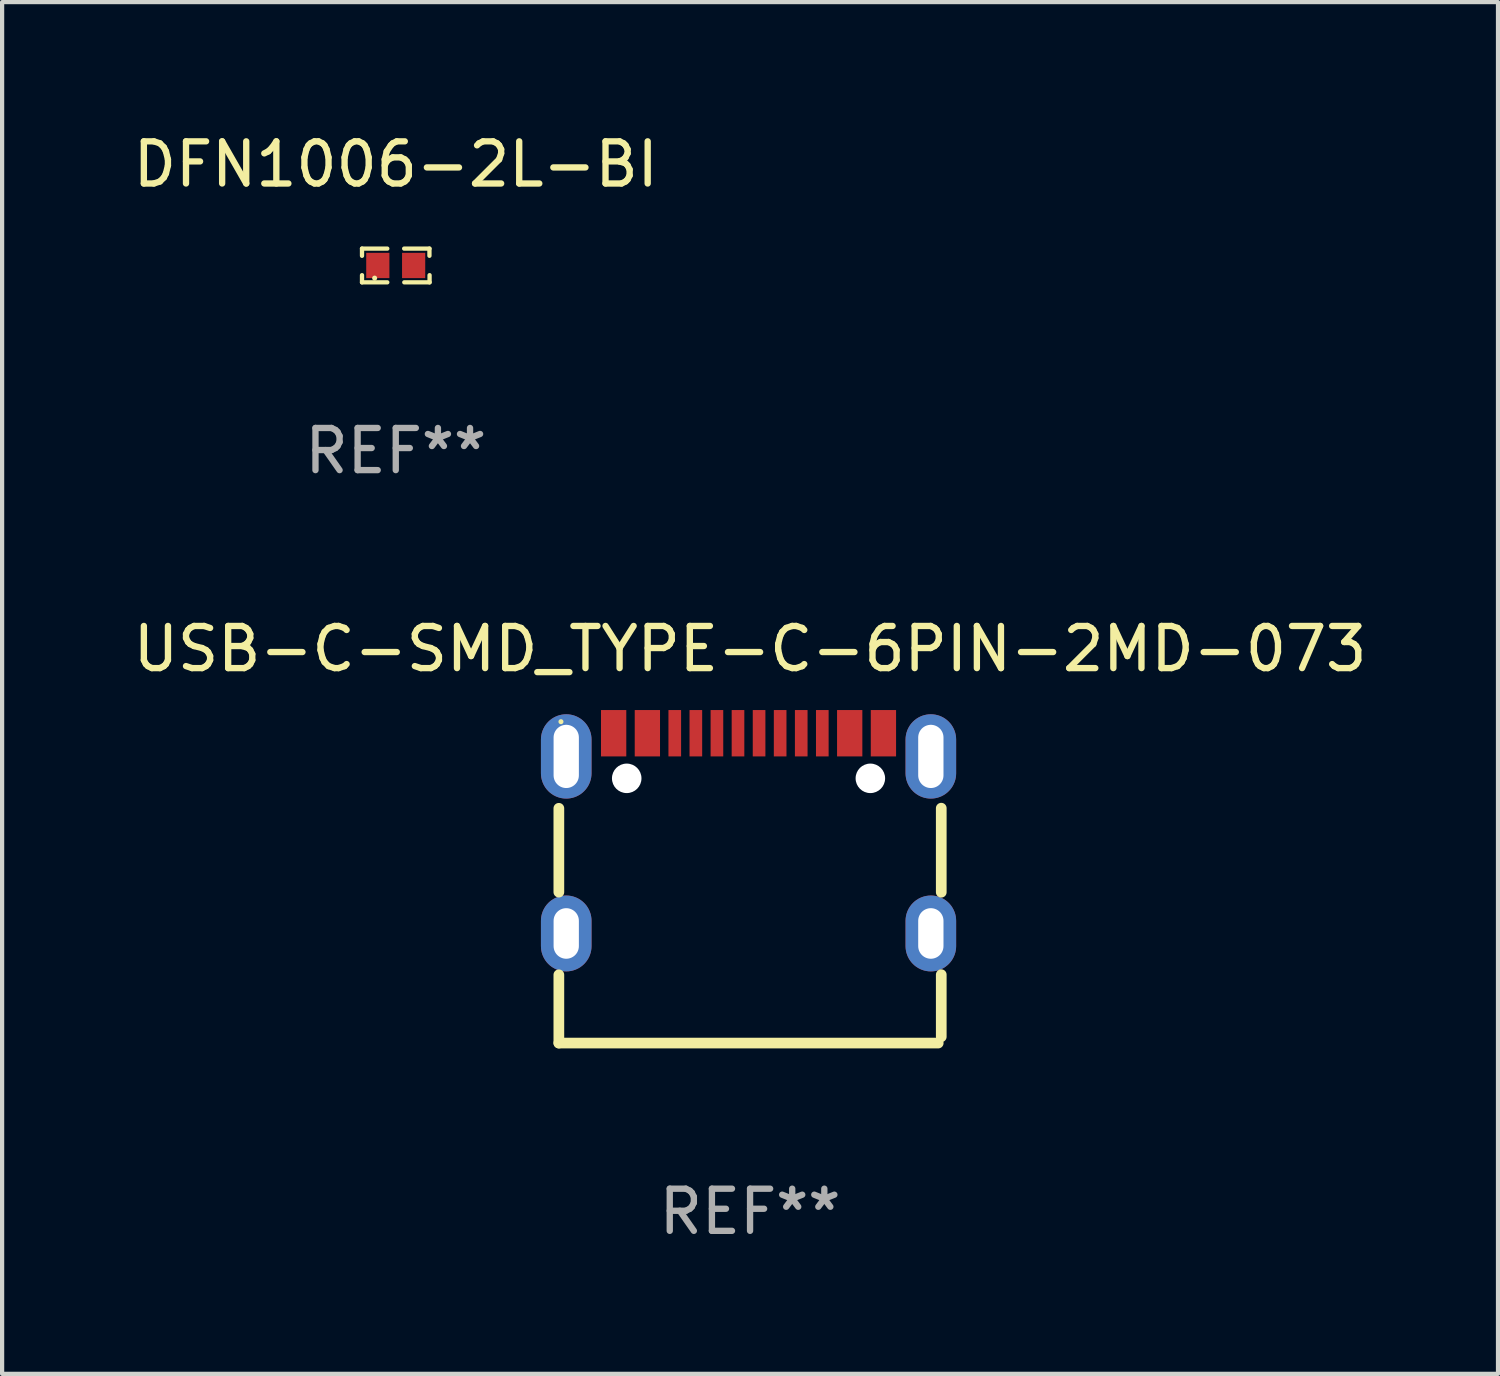
<source format=kicad_pcb>
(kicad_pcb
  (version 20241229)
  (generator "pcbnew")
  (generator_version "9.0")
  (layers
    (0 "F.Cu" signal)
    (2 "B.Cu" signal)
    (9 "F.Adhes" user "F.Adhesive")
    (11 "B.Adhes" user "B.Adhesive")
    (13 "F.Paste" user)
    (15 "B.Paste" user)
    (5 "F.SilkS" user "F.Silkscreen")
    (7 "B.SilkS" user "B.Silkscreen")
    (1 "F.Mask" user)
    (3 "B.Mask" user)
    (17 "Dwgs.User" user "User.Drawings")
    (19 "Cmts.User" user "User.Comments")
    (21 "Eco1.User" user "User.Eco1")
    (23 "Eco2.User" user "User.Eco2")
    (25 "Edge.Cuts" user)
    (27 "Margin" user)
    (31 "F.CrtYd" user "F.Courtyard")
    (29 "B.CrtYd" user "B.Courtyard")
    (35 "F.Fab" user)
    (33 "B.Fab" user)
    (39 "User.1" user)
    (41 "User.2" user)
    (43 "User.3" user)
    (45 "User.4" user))
  (footprint "DFN1006-2L-BI"
    (layer "F.Cu")
    (at 6.338 3.248)
    (property "Reference" "DFN1006-2L-BI" (at 0.001 -2.4 0) (layer "F.SilkS") (effects (font (size 1 1) (thickness 0.15))))
    (attr through_hole)
    (fp_line (start -0.8 -0.4) (end -0.8 -0.229) (stroke (width 0.102) (type solid)) (layer "F.SilkS"))
    (fp_line (start -0.8 0.4) (end -0.8 0.23) (stroke (width 0.102) (type solid)) (layer "F.SilkS"))
    (fp_line (start -0.2 -0.4) (end -0.8 -0.4) (stroke (width 0.102) (type solid)) (layer "F.SilkS"))
    (fp_line (start -0.2 0.4) (end -0.8 0.4) (stroke (width 0.102) (type solid)) (layer "F.SilkS"))
    (fp_line (start 0.2 -0.4) (end 0.8 -0.4) (stroke (width 0.102) (type solid)) (layer "F.SilkS"))
    (fp_line (start 0.203 0.4) (end 0.803 0.4) (stroke (width 0.102) (type solid)) (layer "F.SilkS"))
    (fp_line (start 0.8 -0.4) (end 0.8 -0.23) (stroke (width 0.102) (type solid)) (layer "F.SilkS"))
    (fp_line (start 0.803 0.4) (end 0.803 0.23) (stroke (width 0.102) (type solid)) (layer "F.SilkS"))
    (fp_circle (center -0.5 0.3) (end -0.47 0.3) (stroke (width 0.06) (type solid)) (fill no) (layer "F.SilkS"))
    (fp_text user "REF**" (at 0.001 4.4 0) (layer "F.Fab") (effects (font (size 1 1) (thickness 0.15))))
    (pad "1" smd rect (at -0.425 0) (size 0.55 0.6) (layers "F.Cu" "F.Mask" "F.Paste"))
    (pad "2" smd rect (at 0.425 0) (size 0.55 0.6) (layers "F.Cu" "F.Mask" "F.Paste")))
  (footprint "USB-C-SMD_TYPE-C-6PIN-2MD-073"
    (layer "F.Cu")
    (at 14.708 16.72)
    (property "Reference" "USB-C-SMD_TYPE-C-6PIN-2MD-073" (at 0.036 -4.375 0) (layer "F.SilkS") (effects (font (size 1 1) (thickness 0.15))))
    (attr through_hole)
    (fp_line (start -4.5 1.394) (end -4.5 -0.594) (stroke (width 0.254) (type solid)) (layer "F.SilkS"))
    (fp_line (start -4.5 4.975) (end -4.5 3.356) (stroke (width 0.254) (type solid)) (layer "F.SilkS"))
    (fp_line (start 4.5 4.975) (end -4.5 4.975) (stroke (width 0.254) (type solid)) (layer "F.SilkS"))
    (fp_line (start 4.572 1.397) (end 4.572 -0.597) (stroke (width 0.254) (type solid)) (layer "F.SilkS"))
    (fp_line (start 4.572 4.826) (end 4.572 3.353) (stroke (width 0.254) (type solid)) (layer "F.SilkS"))
    (fp_circle (center -4.45 -2.649) (end -4.42 -2.649) (stroke (width 0.06) (type solid)) (fill no) (layer "F.SilkS"))
    (fp_circle (center -2.89 -1.305) (end -2.765 -1.305) (stroke (width 0.25) (type solid)) (fill no) (layer "F.Fab"))
    (fp_circle (center 2.89 -1.305) (end 3.015 -1.305) (stroke (width 0.25) (type solid)) (fill no) (layer "F.Fab"))
    (fp_text user "REF**" (at 0.036 8.975 0) (layer "F.Fab") (effects (font (size 1 1) (thickness 0.15))))
    (pad "" np_thru_hole circle (at -2.89 -1.305) (size 0.7 0.7) (drill 0.7) (layers "*.Cu" "*.Mask"))
    (pad "" np_thru_hole circle (at 2.89 -1.305) (size 0.7 0.7) (drill 0.7) (layers "*.Cu" "*.Mask"))
    (pad "1" smd rect (at -3.2 -2.375) (size 0.6 1.1) (layers "F.Cu" "F.Mask" "F.Paste"))
    (pad "2" smd rect (at -2.4 -2.375) (size 0.6 1.1) (layers "F.Cu" "F.Mask" "F.Paste"))
    (pad "3" smd rect (at -1.75 -2.375) (size 0.3 1.1) (layers "F.Cu" "F.Mask" "F.Paste"))
    (pad "4" smd rect (at -1.25 -2.375) (size 0.3 1.1) (layers "F.Cu" "F.Mask" "F.Paste"))
    (pad "5" smd rect (at -0.75 -2.375) (size 0.3 1.1) (layers "F.Cu" "F.Mask" "F.Paste"))
    (pad "6" smd rect (at -0.25 -2.375) (size 0.3 1.1) (layers "F.Cu" "F.Mask" "F.Paste"))
    (pad "7" smd rect (at 0.25 -2.375) (size 0.3 1.1) (layers "F.Cu" "F.Mask" "F.Paste"))
    (pad "8" smd rect (at 0.75 -2.375) (size 0.3 1.1) (layers "F.Cu" "F.Mask" "F.Paste"))
    (pad "9" smd rect (at 1.25 -2.375) (size 0.3 1.1) (layers "F.Cu" "F.Mask" "F.Paste"))
    (pad "10" smd rect (at 1.75 -2.375) (size 0.3 1.1) (layers "F.Cu" "F.Mask" "F.Paste"))
    (pad "11" smd rect (at 2.4 -2.375) (size 0.6 1.1) (layers "F.Cu" "F.Mask" "F.Paste"))
    (pad "12" smd rect (at 3.2 -2.375) (size 0.6 1.1) (layers "F.Cu" "F.Mask" "F.Paste"))
    (pad "13" thru_hole oval (at -4.325 -1.825) (size 1.2 2) (drill oval 0.6 1.5) (layers "*.Cu" "*.Mask"))
    (pad "13" thru_hole oval (at -4.325 2.375) (size 1.2 1.8) (drill oval 0.6 1.2) (layers "*.Cu" "*.Mask"))
    (pad "14" thru_hole oval (at 4.325 -1.825) (size 1.2 2) (drill oval 0.6 1.5) (layers "*.Cu" "*.Mask"))
    (pad "14" thru_hole oval (at 4.325 2.375) (size 1.2 1.8) (drill oval 0.6 1.2) (layers "*.Cu" "*.Mask")))
  (gr_rect
    (start -3 -3)
    (end 32.488 29.543)
    (stroke (width 0.1) (type default))
    (fill no)
    (layer "Edge.Cuts")))
</source>
